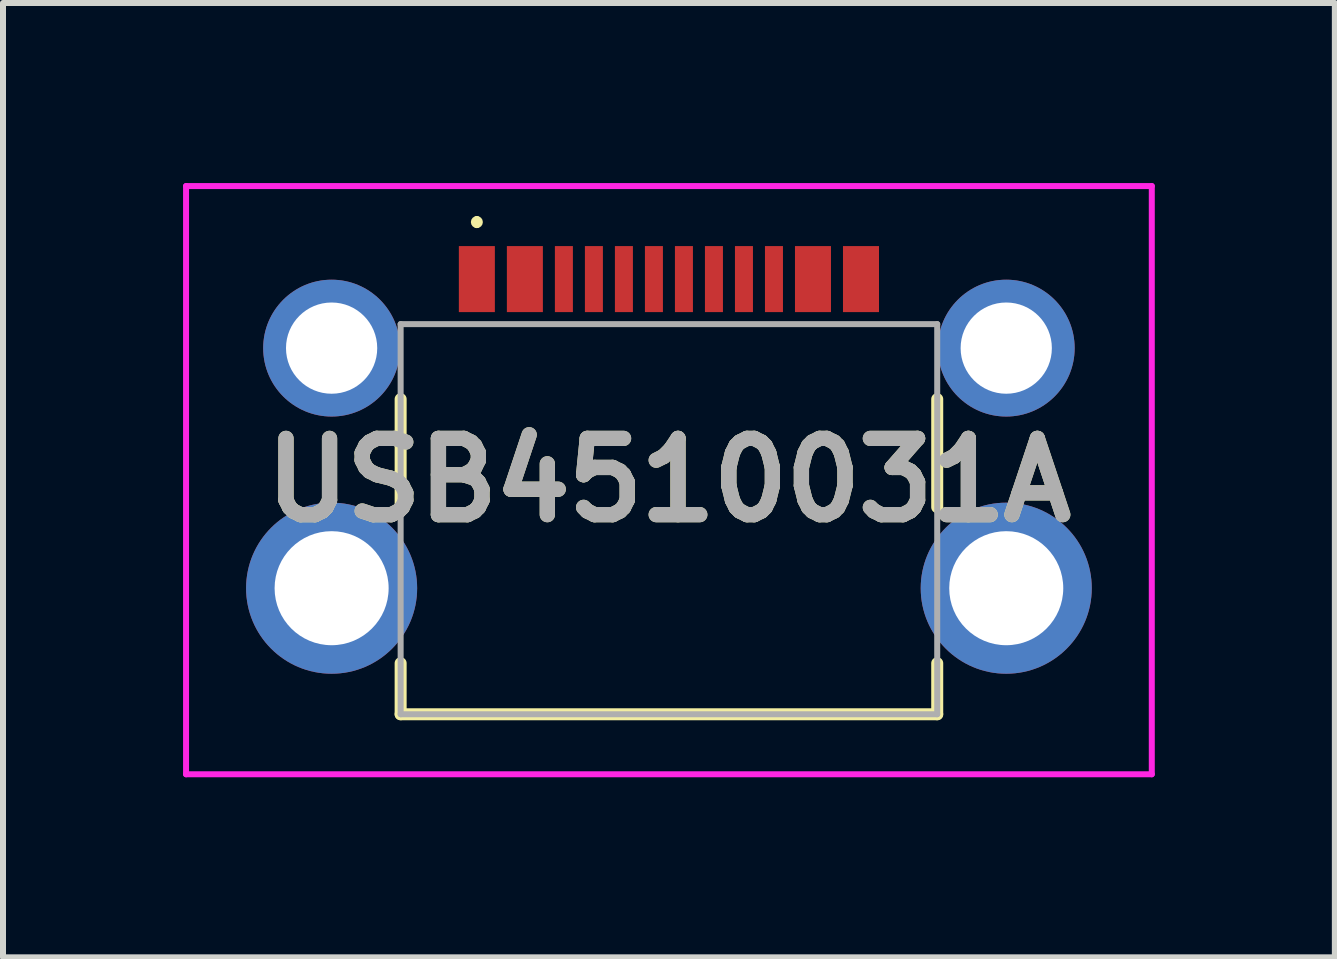
<source format=kicad_pcb>
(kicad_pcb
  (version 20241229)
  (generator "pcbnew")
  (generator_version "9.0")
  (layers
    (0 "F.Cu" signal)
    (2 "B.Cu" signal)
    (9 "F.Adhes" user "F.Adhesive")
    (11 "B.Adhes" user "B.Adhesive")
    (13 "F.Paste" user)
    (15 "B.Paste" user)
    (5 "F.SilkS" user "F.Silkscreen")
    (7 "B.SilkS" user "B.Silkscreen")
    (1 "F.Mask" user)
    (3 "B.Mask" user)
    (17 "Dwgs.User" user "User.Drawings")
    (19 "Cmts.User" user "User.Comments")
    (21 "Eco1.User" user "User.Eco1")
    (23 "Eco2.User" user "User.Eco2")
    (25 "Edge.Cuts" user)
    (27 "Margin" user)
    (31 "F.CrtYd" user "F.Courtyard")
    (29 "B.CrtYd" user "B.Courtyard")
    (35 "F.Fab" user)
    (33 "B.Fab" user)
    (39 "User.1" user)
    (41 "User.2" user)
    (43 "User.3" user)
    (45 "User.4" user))
  (footprint "USB4510031A"
    (layer "F.Cu")
    (at 8.095 5.6)
    (property "Reference" "USB4510031A" (at 0 -0.65 0) (layer "F.SilkS") (effects (font (size 1.27 1.27) (thickness 0.254))))
    (attr through_hole)
    (fp_line (start -4.47 -2) (end -4.47 -0.2) (stroke (width 0.2) (type solid)) (layer "F.SilkS"))
    (fp_line (start -4.47 3.25) (end -4.47 2.4) (stroke (width 0.2) (type solid)) (layer "F.SilkS"))
    (fp_line (start -3.2 -5) (end -3.2 -5) (stroke (width 0.1) (type solid)) (layer "F.SilkS"))
    (fp_line (start -3.2 -4.9) (end -3.2 -4.9) (stroke (width 0.1) (type solid)) (layer "F.SilkS"))
    (fp_line (start 4.47 -2) (end 4.47 -0.2) (stroke (width 0.2) (type solid)) (layer "F.SilkS"))
    (fp_line (start 4.47 2.4) (end 4.47 3.25) (stroke (width 0.2) (type solid)) (layer "F.SilkS"))
    (fp_line (start 4.47 3.25) (end -4.47 3.25) (stroke (width 0.2) (type solid)) (layer "F.SilkS"))
    (fp_arc (start -3.2 -5) (mid -3.15 -4.95) (end -3.2 -4.9) (stroke (width 0.1) (type solid)) (layer "F.SilkS"))
    (fp_arc (start -3.2 -4.9) (mid -3.25 -4.95) (end -3.2 -5) (stroke (width 0.1) (type solid)) (layer "F.SilkS"))
    (fp_line (start -8.045 -5.55) (end 8.045 -5.55) (stroke (width 0.1) (type solid)) (layer "F.CrtYd"))
    (fp_line (start -8.045 4.25) (end -8.045 -5.55) (stroke (width 0.1) (type solid)) (layer "F.CrtYd"))
    (fp_line (start 8.045 -5.55) (end 8.045 4.25) (stroke (width 0.1) (type solid)) (layer "F.CrtYd"))
    (fp_line (start 8.045 4.25) (end -8.045 4.25) (stroke (width 0.1) (type solid)) (layer "F.CrtYd"))
    (fp_line (start -4.47 -3.25) (end -4.47 3.25) (stroke (width 0.1) (type solid)) (layer "F.Fab"))
    (fp_line (start -4.47 3.25) (end 4.47 3.25) (stroke (width 0.1) (type solid)) (layer "F.Fab"))
    (fp_line (start 4.47 -3.25) (end -4.47 -3.25) (stroke (width 0.1) (type solid)) (layer "F.Fab"))
    (fp_line (start 4.47 3.25) (end 4.47 -3.25) (stroke (width 0.1) (type solid)) (layer "F.Fab"))
    (fp_text user "${REFERENCE}" (at 0 -0.65 0) (layer "F.Fab") (effects (font (size 1.27 1.27) (thickness 0.254))))
    (pad "A1" smd rect (at -3.2 -4) (size 0.6 1.1) (layers "F.Cu" "F.Mask" "F.Paste"))
    (pad "A4" smd rect (at -2.4 -4) (size 0.6 1.1) (layers "F.Cu" "F.Mask" "F.Paste"))
    (pad "A5" smd rect (at -1.25 -4) (size 0.3 1.1) (layers "F.Cu" "F.Mask" "F.Paste"))
    (pad "A6" smd rect (at -0.25 -4) (size 0.3 1.1) (layers "F.Cu" "F.Mask" "F.Paste"))
    (pad "A7" smd rect (at 0.25 -4) (size 0.3 1.1) (layers "F.Cu" "F.Mask" "F.Paste"))
    (pad "A8" smd rect (at 1.25 -4) (size 0.3 1.1) (layers "F.Cu" "F.Mask" "F.Paste"))
    (pad "A9" smd rect (at 2.4 -4) (size 0.6 1.1) (layers "F.Cu" "F.Mask" "F.Paste"))
    (pad "A12" smd rect (at 3.2 -4) (size 0.6 1.1) (layers "F.Cu" "F.Mask" "F.Paste"))
    (pad "B5" smd rect (at 1.75 -4) (size 0.3 1.1) (layers "F.Cu" "F.Mask" "F.Paste"))
    (pad "B6" smd rect (at 0.75 -4) (size 0.3 1.1) (layers "F.Cu" "F.Mask" "F.Paste"))
    (pad "B7" smd rect (at -0.75 -4) (size 0.3 1.1) (layers "F.Cu" "F.Mask" "F.Paste"))
    (pad "B8" smd rect (at -1.75 -4) (size 0.3 1.1) (layers "F.Cu" "F.Mask" "F.Paste"))
    (pad "MH1" thru_hole circle (at -5.62 -2.85) (size 2.28 2.28) (drill 1.52) (layers "*.Cu" "*.Mask"))
    (pad "MH2" thru_hole circle (at -5.62 1.15) (size 2.85 2.85) (drill 1.9) (layers "*.Cu" "*.Mask"))
    (pad "MH3" thru_hole circle (at 5.62 1.15) (size 2.85 2.85) (drill 1.9) (layers "*.Cu" "*.Mask"))
    (pad "MH4" thru_hole circle (at 5.62 -2.85) (size 2.28 2.28) (drill 1.52) (layers "*.Cu" "*.Mask")))
  (gr_rect
    (start -3 -3)
    (end 19.19 12.9)
    (stroke (width 0.1) (type default))
    (fill no)
    (layer "Edge.Cuts")))
</source>
